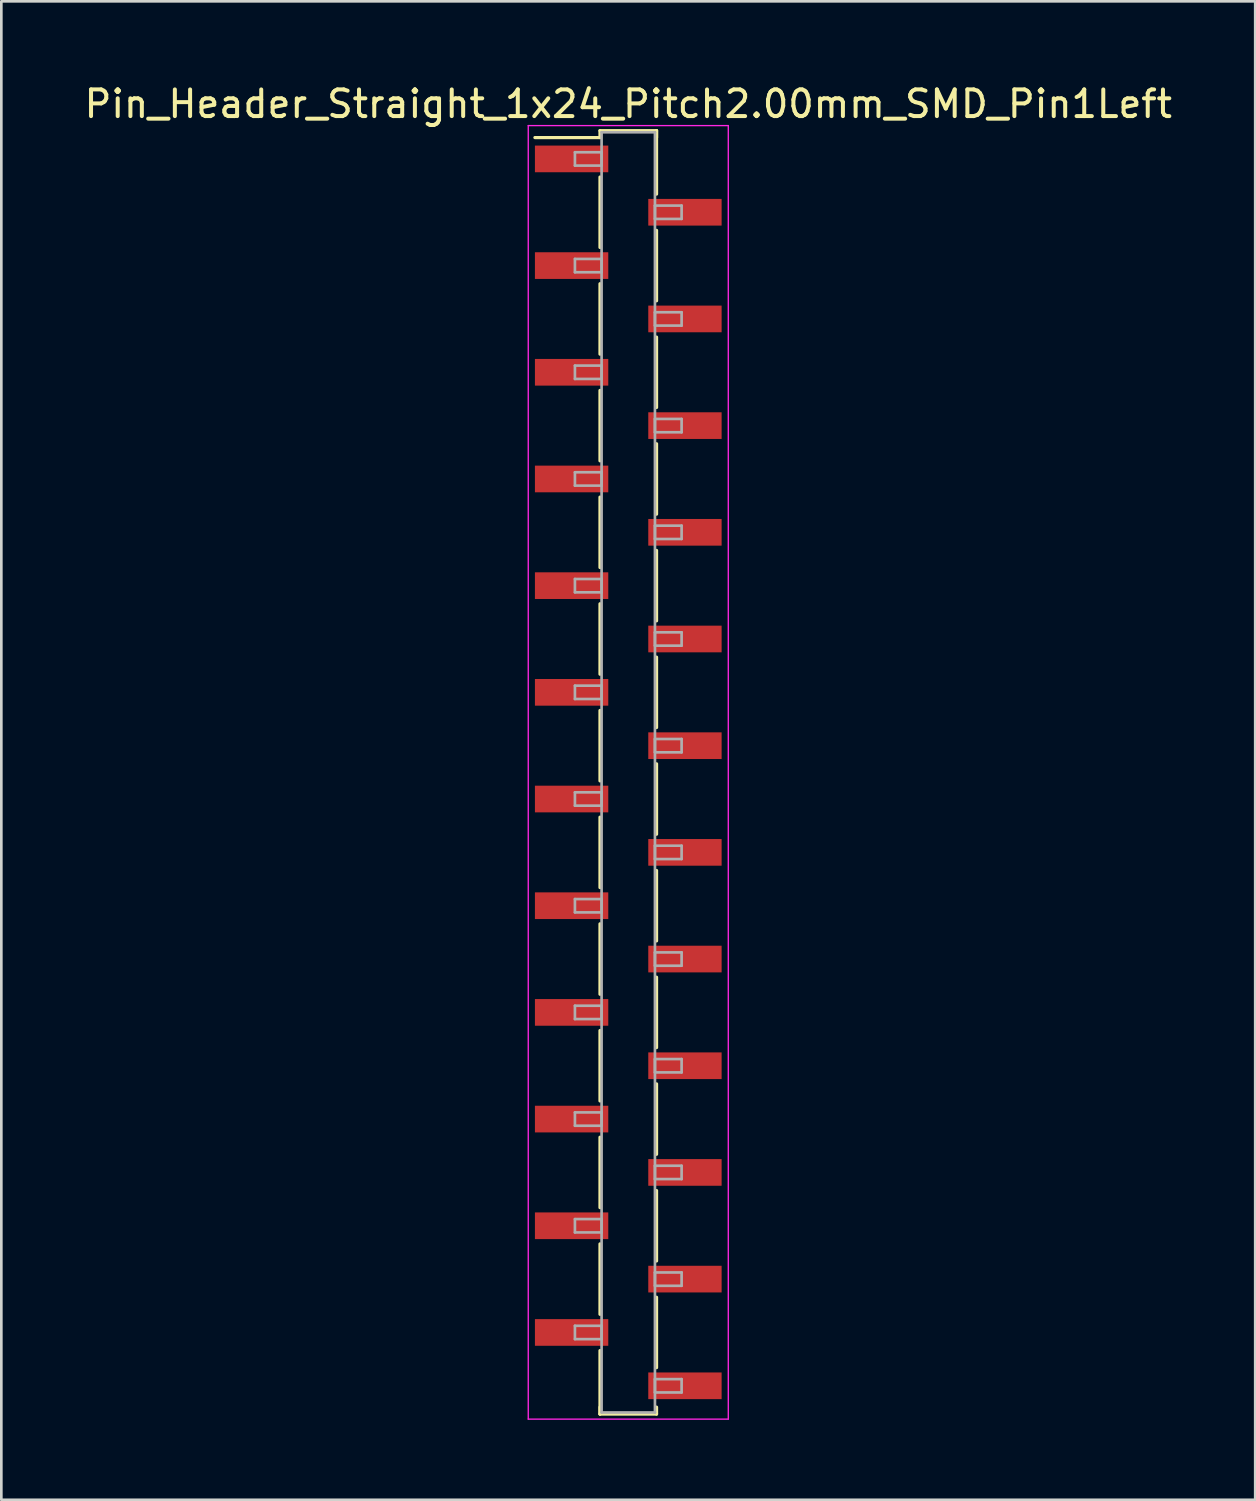
<source format=kicad_pcb>
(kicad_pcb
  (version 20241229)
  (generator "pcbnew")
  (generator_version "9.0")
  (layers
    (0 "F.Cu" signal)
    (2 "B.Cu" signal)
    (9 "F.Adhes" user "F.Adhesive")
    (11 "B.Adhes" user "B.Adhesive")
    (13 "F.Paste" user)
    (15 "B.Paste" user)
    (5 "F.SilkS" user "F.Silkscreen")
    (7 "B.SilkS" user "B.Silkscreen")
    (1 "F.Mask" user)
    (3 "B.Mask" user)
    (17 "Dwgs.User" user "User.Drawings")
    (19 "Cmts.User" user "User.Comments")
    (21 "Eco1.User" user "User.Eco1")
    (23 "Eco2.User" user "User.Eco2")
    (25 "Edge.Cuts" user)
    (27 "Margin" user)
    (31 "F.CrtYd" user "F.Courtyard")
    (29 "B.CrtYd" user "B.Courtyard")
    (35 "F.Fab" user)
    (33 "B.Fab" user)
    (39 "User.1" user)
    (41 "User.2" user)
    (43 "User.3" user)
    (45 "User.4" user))
  (footprint "Pin_Header_Straight_1x24_Pitch2.00mm_SMD_Pin1Left"
    (layer "F.Cu")
    (at 20.506 25.908)
    (property "Reference" "Pin_Header_Straight_1x24_Pitch2.00mm_SMD_Pin1Left" (at 0 -25.06 0) (layer "F.SilkS") (effects (font (size 1 1) (thickness 0.15))))
    (attr smd)
    (fp_line (start -1.06 -24.06) (end 1.06 -24.06) (stroke (width 0.12) (type solid)) (layer "F.SilkS"))
    (fp_line (start -1.06 -23.8) (end -3.5 -23.8) (stroke (width 0.12) (type solid)) (layer "F.SilkS"))
    (fp_line (start -1.06 -23.8) (end -1.06 -24.06) (stroke (width 0.12) (type solid)) (layer "F.SilkS"))
    (fp_line (start -1.06 -22.32) (end -1.06 -19.68) (stroke (width 0.12) (type solid)) (layer "F.SilkS"))
    (fp_line (start -1.06 -18.32) (end -1.06 -15.68) (stroke (width 0.12) (type solid)) (layer "F.SilkS"))
    (fp_line (start -1.06 -14.32) (end -1.06 -11.68) (stroke (width 0.12) (type solid)) (layer "F.SilkS"))
    (fp_line (start -1.06 -10.32) (end -1.06 -7.68) (stroke (width 0.12) (type solid)) (layer "F.SilkS"))
    (fp_line (start -1.06 -6.32) (end -1.06 -3.68) (stroke (width 0.12) (type solid)) (layer "F.SilkS"))
    (fp_line (start -1.06 -2.32) (end -1.06 0.32) (stroke (width 0.12) (type solid)) (layer "F.SilkS"))
    (fp_line (start -1.06 1.68) (end -1.06 4.32) (stroke (width 0.12) (type solid)) (layer "F.SilkS"))
    (fp_line (start -1.06 5.68) (end -1.06 8.32) (stroke (width 0.12) (type solid)) (layer "F.SilkS"))
    (fp_line (start -1.06 9.68) (end -1.06 12.32) (stroke (width 0.12) (type solid)) (layer "F.SilkS"))
    (fp_line (start -1.06 13.68) (end -1.06 16.32) (stroke (width 0.12) (type solid)) (layer "F.SilkS"))
    (fp_line (start -1.06 17.68) (end -1.06 20.32) (stroke (width 0.12) (type solid)) (layer "F.SilkS"))
    (fp_line (start -1.06 21.68) (end -1.06 24.06) (stroke (width 0.12) (type solid)) (layer "F.SilkS"))
    (fp_line (start -1.06 23.8) (end -1.06 24.06) (stroke (width 0.12) (type solid)) (layer "F.SilkS"))
    (fp_line (start -1.06 24.06) (end 1.06 24.06) (stroke (width 0.12) (type solid)) (layer "F.SilkS"))
    (fp_line (start 1.06 -24.06) (end 1.06 -23.8) (stroke (width 0.12) (type solid)) (layer "F.SilkS"))
    (fp_line (start 1.06 -24.06) (end 1.06 -21.68) (stroke (width 0.12) (type solid)) (layer "F.SilkS"))
    (fp_line (start 1.06 -20.32) (end 1.06 -17.68) (stroke (width 0.12) (type solid)) (layer "F.SilkS"))
    (fp_line (start 1.06 -16.32) (end 1.06 -13.68) (stroke (width 0.12) (type solid)) (layer "F.SilkS"))
    (fp_line (start 1.06 -12.32) (end 1.06 -9.68) (stroke (width 0.12) (type solid)) (layer "F.SilkS"))
    (fp_line (start 1.06 -8.32) (end 1.06 -5.68) (stroke (width 0.12) (type solid)) (layer "F.SilkS"))
    (fp_line (start 1.06 -4.32) (end 1.06 -1.68) (stroke (width 0.12) (type solid)) (layer "F.SilkS"))
    (fp_line (start 1.06 -0.32) (end 1.06 2.32) (stroke (width 0.12) (type solid)) (layer "F.SilkS"))
    (fp_line (start 1.06 3.68) (end 1.06 6.32) (stroke (width 0.12) (type solid)) (layer "F.SilkS"))
    (fp_line (start 1.06 7.68) (end 1.06 10.32) (stroke (width 0.12) (type solid)) (layer "F.SilkS"))
    (fp_line (start 1.06 11.68) (end 1.06 14.32) (stroke (width 0.12) (type solid)) (layer "F.SilkS"))
    (fp_line (start 1.06 15.68) (end 1.06 18.32) (stroke (width 0.12) (type solid)) (layer "F.SilkS"))
    (fp_line (start 1.06 19.68) (end 1.06 22.32) (stroke (width 0.12) (type solid)) (layer "F.SilkS"))
    (fp_line (start 1.06 24.06) (end 1.06 23.8) (stroke (width 0.12) (type solid)) (layer "F.SilkS"))
    (fp_line (start -3.75 -24.25) (end -3.75 24.25) (stroke (width 0.05) (type solid)) (layer "F.CrtYd"))
    (fp_line (start -3.75 24.25) (end 3.75 24.25) (stroke (width 0.05) (type solid)) (layer "F.CrtYd"))
    (fp_line (start 3.75 -24.25) (end -3.75 -24.25) (stroke (width 0.05) (type solid)) (layer "F.CrtYd"))
    (fp_line (start 3.75 24.25) (end 3.75 -24.25) (stroke (width 0.05) (type solid)) (layer "F.CrtYd"))
    (fp_line (start -2 -23.25) (end -1 -23.25) (stroke (width 0.1) (type solid)) (layer "F.Fab"))
    (fp_line (start -2 -22.75) (end -2 -23.25) (stroke (width 0.1) (type solid)) (layer "F.Fab"))
    (fp_line (start -2 -19.25) (end -1 -19.25) (stroke (width 0.1) (type solid)) (layer "F.Fab"))
    (fp_line (start -2 -18.75) (end -2 -19.25) (stroke (width 0.1) (type solid)) (layer "F.Fab"))
    (fp_line (start -2 -15.25) (end -1 -15.25) (stroke (width 0.1) (type solid)) (layer "F.Fab"))
    (fp_line (start -2 -14.75) (end -2 -15.25) (stroke (width 0.1) (type solid)) (layer "F.Fab"))
    (fp_line (start -2 -11.25) (end -1 -11.25) (stroke (width 0.1) (type solid)) (layer "F.Fab"))
    (fp_line (start -2 -10.75) (end -2 -11.25) (stroke (width 0.1) (type solid)) (layer "F.Fab"))
    (fp_line (start -2 -7.25) (end -1 -7.25) (stroke (width 0.1) (type solid)) (layer "F.Fab"))
    (fp_line (start -2 -6.75) (end -2 -7.25) (stroke (width 0.1) (type solid)) (layer "F.Fab"))
    (fp_line (start -2 -3.25) (end -1 -3.25) (stroke (width 0.1) (type solid)) (layer "F.Fab"))
    (fp_line (start -2 -2.75) (end -2 -3.25) (stroke (width 0.1) (type solid)) (layer "F.Fab"))
    (fp_line (start -2 0.75) (end -1 0.75) (stroke (width 0.1) (type solid)) (layer "F.Fab"))
    (fp_line (start -2 1.25) (end -2 0.75) (stroke (width 0.1) (type solid)) (layer "F.Fab"))
    (fp_line (start -2 4.75) (end -1 4.75) (stroke (width 0.1) (type solid)) (layer "F.Fab"))
    (fp_line (start -2 5.25) (end -2 4.75) (stroke (width 0.1) (type solid)) (layer "F.Fab"))
    (fp_line (start -2 8.75) (end -1 8.75) (stroke (width 0.1) (type solid)) (layer "F.Fab"))
    (fp_line (start -2 9.25) (end -2 8.75) (stroke (width 0.1) (type solid)) (layer "F.Fab"))
    (fp_line (start -2 12.75) (end -1 12.75) (stroke (width 0.1) (type solid)) (layer "F.Fab"))
    (fp_line (start -2 13.25) (end -2 12.75) (stroke (width 0.1) (type solid)) (layer "F.Fab"))
    (fp_line (start -2 16.75) (end -1 16.75) (stroke (width 0.1) (type solid)) (layer "F.Fab"))
    (fp_line (start -2 17.25) (end -2 16.75) (stroke (width 0.1) (type solid)) (layer "F.Fab"))
    (fp_line (start -2 20.75) (end -1 20.75) (stroke (width 0.1) (type solid)) (layer "F.Fab"))
    (fp_line (start -2 21.25) (end -2 20.75) (stroke (width 0.1) (type solid)) (layer "F.Fab"))
    (fp_line (start -1 -24) (end -1 24) (stroke (width 0.1) (type solid)) (layer "F.Fab"))
    (fp_line (start -1 -23.25) (end -1 -22.75) (stroke (width 0.1) (type solid)) (layer "F.Fab"))
    (fp_line (start -1 -22.75) (end -2 -22.75) (stroke (width 0.1) (type solid)) (layer "F.Fab"))
    (fp_line (start -1 -19.25) (end -1 -18.75) (stroke (width 0.1) (type solid)) (layer "F.Fab"))
    (fp_line (start -1 -18.75) (end -2 -18.75) (stroke (width 0.1) (type solid)) (layer "F.Fab"))
    (fp_line (start -1 -15.25) (end -1 -14.75) (stroke (width 0.1) (type solid)) (layer "F.Fab"))
    (fp_line (start -1 -14.75) (end -2 -14.75) (stroke (width 0.1) (type solid)) (layer "F.Fab"))
    (fp_line (start -1 -11.25) (end -1 -10.75) (stroke (width 0.1) (type solid)) (layer "F.Fab"))
    (fp_line (start -1 -10.75) (end -2 -10.75) (stroke (width 0.1) (type solid)) (layer "F.Fab"))
    (fp_line (start -1 -7.25) (end -1 -6.75) (stroke (width 0.1) (type solid)) (layer "F.Fab"))
    (fp_line (start -1 -6.75) (end -2 -6.75) (stroke (width 0.1) (type solid)) (layer "F.Fab"))
    (fp_line (start -1 -3.25) (end -1 -2.75) (stroke (width 0.1) (type solid)) (layer "F.Fab"))
    (fp_line (start -1 -2.75) (end -2 -2.75) (stroke (width 0.1) (type solid)) (layer "F.Fab"))
    (fp_line (start -1 0.75) (end -1 1.25) (stroke (width 0.1) (type solid)) (layer "F.Fab"))
    (fp_line (start -1 1.25) (end -2 1.25) (stroke (width 0.1) (type solid)) (layer "F.Fab"))
    (fp_line (start -1 4.75) (end -1 5.25) (stroke (width 0.1) (type solid)) (layer "F.Fab"))
    (fp_line (start -1 5.25) (end -2 5.25) (stroke (width 0.1) (type solid)) (layer "F.Fab"))
    (fp_line (start -1 8.75) (end -1 9.25) (stroke (width 0.1) (type solid)) (layer "F.Fab"))
    (fp_line (start -1 9.25) (end -2 9.25) (stroke (width 0.1) (type solid)) (layer "F.Fab"))
    (fp_line (start -1 12.75) (end -1 13.25) (stroke (width 0.1) (type solid)) (layer "F.Fab"))
    (fp_line (start -1 13.25) (end -2 13.25) (stroke (width 0.1) (type solid)) (layer "F.Fab"))
    (fp_line (start -1 16.75) (end -1 17.25) (stroke (width 0.1) (type solid)) (layer "F.Fab"))
    (fp_line (start -1 17.25) (end -2 17.25) (stroke (width 0.1) (type solid)) (layer "F.Fab"))
    (fp_line (start -1 20.75) (end -1 21.25) (stroke (width 0.1) (type solid)) (layer "F.Fab"))
    (fp_line (start -1 21.25) (end -2 21.25) (stroke (width 0.1) (type solid)) (layer "F.Fab"))
    (fp_line (start -1 24) (end 1 24) (stroke (width 0.1) (type solid)) (layer "F.Fab"))
    (fp_line (start 1 -24) (end -1 -24) (stroke (width 0.1) (type solid)) (layer "F.Fab"))
    (fp_line (start 1 -21.25) (end 1 -20.75) (stroke (width 0.1) (type solid)) (layer "F.Fab"))
    (fp_line (start 1 -20.75) (end 2 -20.75) (stroke (width 0.1) (type solid)) (layer "F.Fab"))
    (fp_line (start 1 -17.25) (end 1 -16.75) (stroke (width 0.1) (type solid)) (layer "F.Fab"))
    (fp_line (start 1 -16.75) (end 2 -16.75) (stroke (width 0.1) (type solid)) (layer "F.Fab"))
    (fp_line (start 1 -13.25) (end 1 -12.75) (stroke (width 0.1) (type solid)) (layer "F.Fab"))
    (fp_line (start 1 -12.75) (end 2 -12.75) (stroke (width 0.1) (type solid)) (layer "F.Fab"))
    (fp_line (start 1 -9.25) (end 1 -8.75) (stroke (width 0.1) (type solid)) (layer "F.Fab"))
    (fp_line (start 1 -8.75) (end 2 -8.75) (stroke (width 0.1) (type solid)) (layer "F.Fab"))
    (fp_line (start 1 -5.25) (end 1 -4.75) (stroke (width 0.1) (type solid)) (layer "F.Fab"))
    (fp_line (start 1 -4.75) (end 2 -4.75) (stroke (width 0.1) (type solid)) (layer "F.Fab"))
    (fp_line (start 1 -1.25) (end 1 -0.75) (stroke (width 0.1) (type solid)) (layer "F.Fab"))
    (fp_line (start 1 -0.75) (end 2 -0.75) (stroke (width 0.1) (type solid)) (layer "F.Fab"))
    (fp_line (start 1 2.75) (end 1 3.25) (stroke (width 0.1) (type solid)) (layer "F.Fab"))
    (fp_line (start 1 3.25) (end 2 3.25) (stroke (width 0.1) (type solid)) (layer "F.Fab"))
    (fp_line (start 1 6.75) (end 1 7.25) (stroke (width 0.1) (type solid)) (layer "F.Fab"))
    (fp_line (start 1 7.25) (end 2 7.25) (stroke (width 0.1) (type solid)) (layer "F.Fab"))
    (fp_line (start 1 10.75) (end 1 11.25) (stroke (width 0.1) (type solid)) (layer "F.Fab"))
    (fp_line (start 1 11.25) (end 2 11.25) (stroke (width 0.1) (type solid)) (layer "F.Fab"))
    (fp_line (start 1 14.75) (end 1 15.25) (stroke (width 0.1) (type solid)) (layer "F.Fab"))
    (fp_line (start 1 15.25) (end 2 15.25) (stroke (width 0.1) (type solid)) (layer "F.Fab"))
    (fp_line (start 1 18.75) (end 1 19.25) (stroke (width 0.1) (type solid)) (layer "F.Fab"))
    (fp_line (start 1 19.25) (end 2 19.25) (stroke (width 0.1) (type solid)) (layer "F.Fab"))
    (fp_line (start 1 22.75) (end 1 23.25) (stroke (width 0.1) (type solid)) (layer "F.Fab"))
    (fp_line (start 1 23.25) (end 2 23.25) (stroke (width 0.1) (type solid)) (layer "F.Fab"))
    (fp_line (start 1 24) (end 1 -24) (stroke (width 0.1) (type solid)) (layer "F.Fab"))
    (fp_line (start 2 -21.25) (end 1 -21.25) (stroke (width 0.1) (type solid)) (layer "F.Fab"))
    (fp_line (start 2 -20.75) (end 2 -21.25) (stroke (width 0.1) (type solid)) (layer "F.Fab"))
    (fp_line (start 2 -17.25) (end 1 -17.25) (stroke (width 0.1) (type solid)) (layer "F.Fab"))
    (fp_line (start 2 -16.75) (end 2 -17.25) (stroke (width 0.1) (type solid)) (layer "F.Fab"))
    (fp_line (start 2 -13.25) (end 1 -13.25) (stroke (width 0.1) (type solid)) (layer "F.Fab"))
    (fp_line (start 2 -12.75) (end 2 -13.25) (stroke (width 0.1) (type solid)) (layer "F.Fab"))
    (fp_line (start 2 -9.25) (end 1 -9.25) (stroke (width 0.1) (type solid)) (layer "F.Fab"))
    (fp_line (start 2 -8.75) (end 2 -9.25) (stroke (width 0.1) (type solid)) (layer "F.Fab"))
    (fp_line (start 2 -5.25) (end 1 -5.25) (stroke (width 0.1) (type solid)) (layer "F.Fab"))
    (fp_line (start 2 -4.75) (end 2 -5.25) (stroke (width 0.1) (type solid)) (layer "F.Fab"))
    (fp_line (start 2 -1.25) (end 1 -1.25) (stroke (width 0.1) (type solid)) (layer "F.Fab"))
    (fp_line (start 2 -0.75) (end 2 -1.25) (stroke (width 0.1) (type solid)) (layer "F.Fab"))
    (fp_line (start 2 2.75) (end 1 2.75) (stroke (width 0.1) (type solid)) (layer "F.Fab"))
    (fp_line (start 2 3.25) (end 2 2.75) (stroke (width 0.1) (type solid)) (layer "F.Fab"))
    (fp_line (start 2 6.75) (end 1 6.75) (stroke (width 0.1) (type solid)) (layer "F.Fab"))
    (fp_line (start 2 7.25) (end 2 6.75) (stroke (width 0.1) (type solid)) (layer "F.Fab"))
    (fp_line (start 2 10.75) (end 1 10.75) (stroke (width 0.1) (type solid)) (layer "F.Fab"))
    (fp_line (start 2 11.25) (end 2 10.75) (stroke (width 0.1) (type solid)) (layer "F.Fab"))
    (fp_line (start 2 14.75) (end 1 14.75) (stroke (width 0.1) (type solid)) (layer "F.Fab"))
    (fp_line (start 2 15.25) (end 2 14.75) (stroke (width 0.1) (type solid)) (layer "F.Fab"))
    (fp_line (start 2 18.75) (end 1 18.75) (stroke (width 0.1) (type solid)) (layer "F.Fab"))
    (fp_line (start 2 19.25) (end 2 18.75) (stroke (width 0.1) (type solid)) (layer "F.Fab"))
    (fp_line (start 2 22.75) (end 1 22.75) (stroke (width 0.1) (type solid)) (layer "F.Fab"))
    (fp_line (start 2 23.25) (end 2 22.75) (stroke (width 0.1) (type solid)) (layer "F.Fab"))
    (pad "1" smd rect (at -2.125 -23) (size 2.75 1) (layers "F.Cu" "F.Mask"))
    (pad "2" smd rect (at 2.125 -21) (size 2.75 1) (layers "F.Cu" "F.Mask"))
    (pad "3" smd rect (at -2.125 -19) (size 2.75 1) (layers "F.Cu" "F.Mask"))
    (pad "4" smd rect (at 2.125 -17) (size 2.75 1) (layers "F.Cu" "F.Mask"))
    (pad "5" smd rect (at -2.125 -15) (size 2.75 1) (layers "F.Cu" "F.Mask"))
    (pad "6" smd rect (at 2.125 -13) (size 2.75 1) (layers "F.Cu" "F.Mask"))
    (pad "7" smd rect (at -2.125 -11) (size 2.75 1) (layers "F.Cu" "F.Mask"))
    (pad "8" smd rect (at 2.125 -9) (size 2.75 1) (layers "F.Cu" "F.Mask"))
    (pad "9" smd rect (at -2.125 -7) (size 2.75 1) (layers "F.Cu" "F.Mask"))
    (pad "10" smd rect (at 2.125 -5) (size 2.75 1) (layers "F.Cu" "F.Mask"))
    (pad "11" smd rect (at -2.125 -3) (size 2.75 1) (layers "F.Cu" "F.Mask"))
    (pad "12" smd rect (at 2.125 -1) (size 2.75 1) (layers "F.Cu" "F.Mask"))
    (pad "13" smd rect (at -2.125 1) (size 2.75 1) (layers "F.Cu" "F.Mask"))
    (pad "14" smd rect (at 2.125 3) (size 2.75 1) (layers "F.Cu" "F.Mask"))
    (pad "15" smd rect (at -2.125 5) (size 2.75 1) (layers "F.Cu" "F.Mask"))
    (pad "16" smd rect (at 2.125 7) (size 2.75 1) (layers "F.Cu" "F.Mask"))
    (pad "17" smd rect (at -2.125 9) (size 2.75 1) (layers "F.Cu" "F.Mask"))
    (pad "18" smd rect (at 2.125 11) (size 2.75 1) (layers "F.Cu" "F.Mask"))
    (pad "19" smd rect (at -2.125 13) (size 2.75 1) (layers "F.Cu" "F.Mask"))
    (pad "20" smd rect (at 2.125 15) (size 2.75 1) (layers "F.Cu" "F.Mask"))
    (pad "21" smd rect (at -2.125 17) (size 2.75 1) (layers "F.Cu" "F.Mask"))
    (pad "22" smd rect (at 2.125 19) (size 2.75 1) (layers "F.Cu" "F.Mask"))
    (pad "23" smd rect (at -2.125 21) (size 2.75 1) (layers "F.Cu" "F.Mask"))
    (pad "24" smd rect (at 2.125 23) (size 2.75 1) (layers "F.Cu" "F.Mask")))
  (gr_rect
    (start -3 -3)
    (end 44.012 53.183)
    (stroke (width 0.1) (type default))
    (fill no)
    (layer "Edge.Cuts")))
</source>
